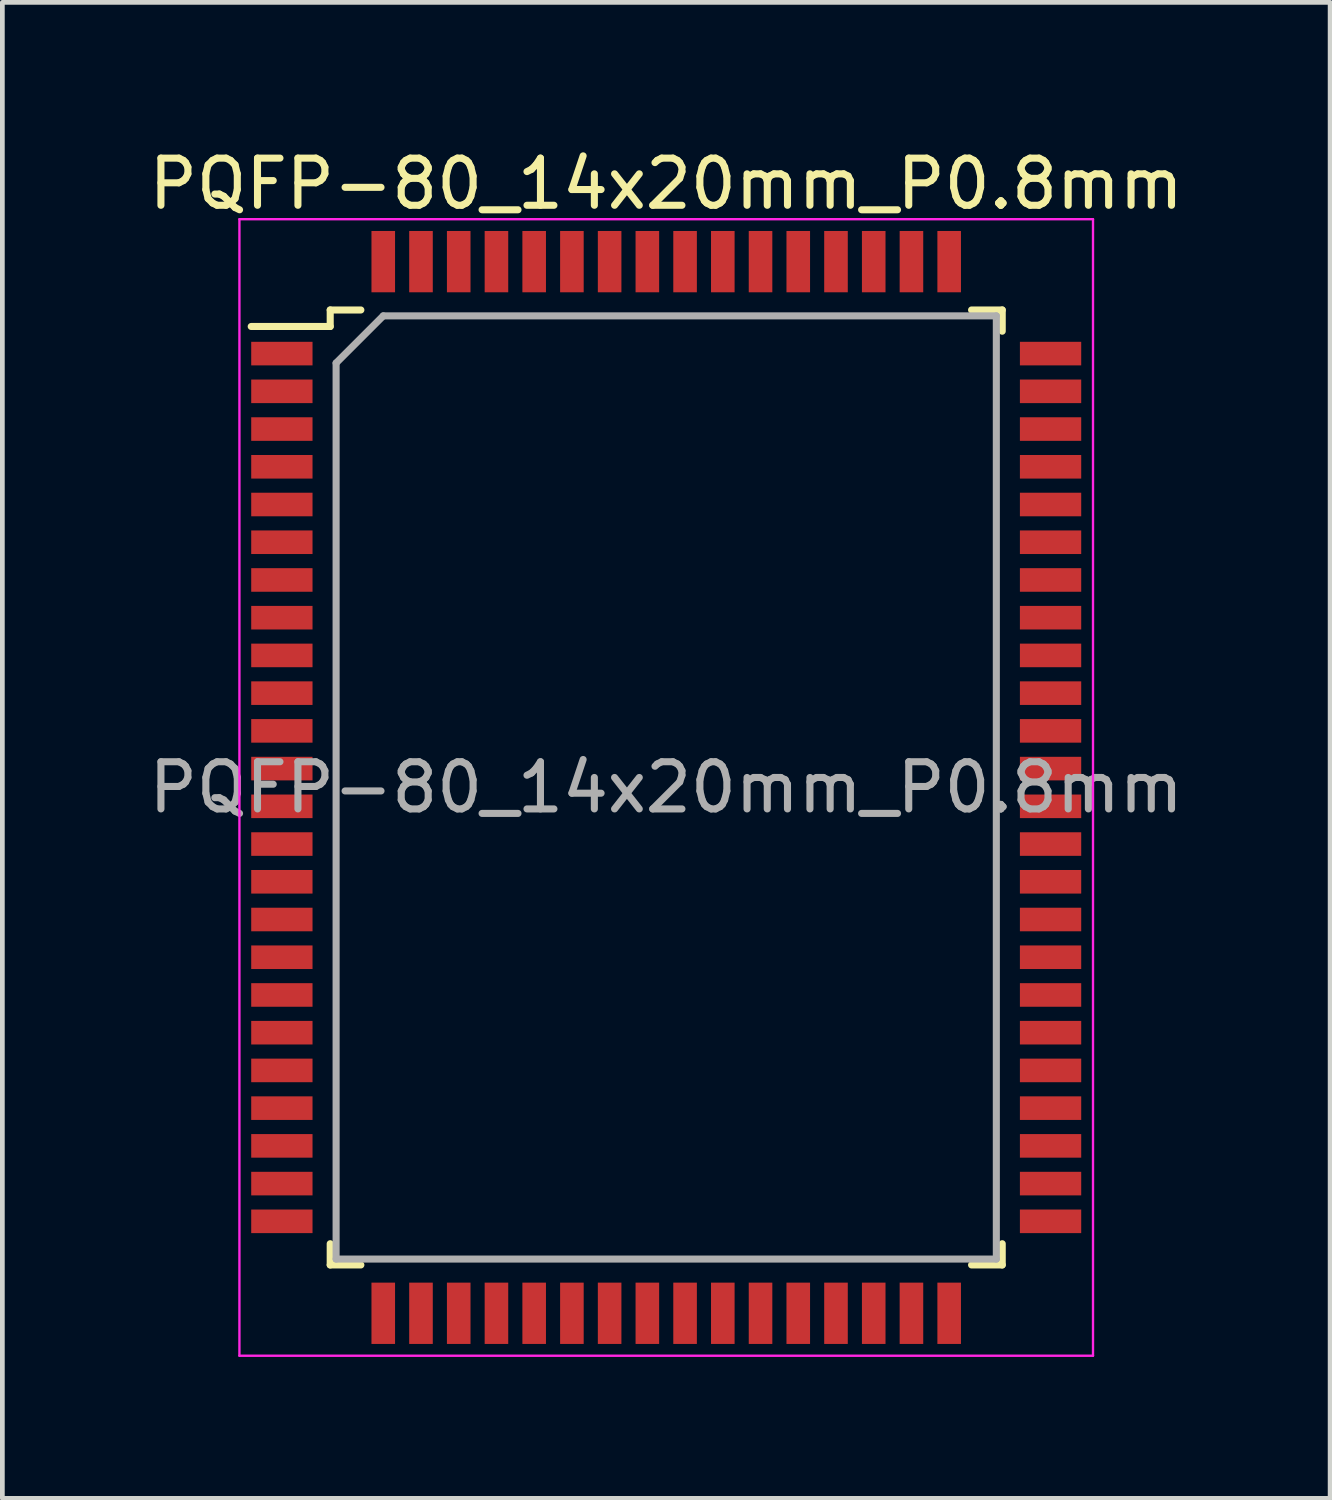
<source format=kicad_pcb>
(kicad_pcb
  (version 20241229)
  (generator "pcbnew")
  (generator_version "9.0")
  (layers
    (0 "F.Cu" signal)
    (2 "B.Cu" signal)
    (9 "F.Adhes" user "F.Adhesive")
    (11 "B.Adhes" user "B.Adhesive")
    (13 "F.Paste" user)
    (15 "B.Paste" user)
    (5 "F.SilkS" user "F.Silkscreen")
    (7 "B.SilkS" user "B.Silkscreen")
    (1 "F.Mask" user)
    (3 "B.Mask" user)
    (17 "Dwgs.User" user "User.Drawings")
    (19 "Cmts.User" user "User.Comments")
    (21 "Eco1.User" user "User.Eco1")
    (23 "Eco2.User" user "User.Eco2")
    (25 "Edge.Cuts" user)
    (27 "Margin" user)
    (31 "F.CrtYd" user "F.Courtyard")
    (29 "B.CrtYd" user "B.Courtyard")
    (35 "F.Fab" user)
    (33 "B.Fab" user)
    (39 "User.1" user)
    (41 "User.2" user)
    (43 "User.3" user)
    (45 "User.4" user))
  (footprint "PQFP-80_14x20mm_P0.8mm"
    (layer "F.Cu")
    (at 11.077 13.648)
    (property "Reference" "PQFP-80_14x20mm_P0.8mm" (at 0 -12.8 0) (layer "F.SilkS") (effects (font (size 1 1) (thickness 0.15))))
    (attr smd)
    (fp_line (start -7.125 -10.125) (end -7.125 -9.775) (stroke (width 0.15) (type solid)) (layer "F.SilkS"))
    (fp_line (start -7.125 -10.125) (end -6.475 -10.125) (stroke (width 0.15) (type solid)) (layer "F.SilkS"))
    (fp_line (start -7.125 -9.775) (end -8.8 -9.775) (stroke (width 0.15) (type solid)) (layer "F.SilkS"))
    (fp_line (start -7.125 10.125) (end -7.125 9.675) (stroke (width 0.15) (type solid)) (layer "F.SilkS"))
    (fp_line (start -7.125 10.125) (end -6.475 10.125) (stroke (width 0.15) (type solid)) (layer "F.SilkS"))
    (fp_line (start 7.125 -10.125) (end 6.475 -10.125) (stroke (width 0.15) (type solid)) (layer "F.SilkS"))
    (fp_line (start 7.125 -10.125) (end 7.125 -9.675) (stroke (width 0.15) (type solid)) (layer "F.SilkS"))
    (fp_line (start 7.125 10.125) (end 6.475 10.125) (stroke (width 0.15) (type solid)) (layer "F.SilkS"))
    (fp_line (start 7.125 10.125) (end 7.125 9.675) (stroke (width 0.15) (type solid)) (layer "F.SilkS"))
    (fp_line (start -9.05 -12.05) (end -9.05 12.05) (stroke (width 0.05) (type solid)) (layer "F.CrtYd"))
    (fp_line (start -9.05 -12.05) (end 9.05 -12.05) (stroke (width 0.05) (type solid)) (layer "F.CrtYd"))
    (fp_line (start -9.05 12.05) (end 9.05 12.05) (stroke (width 0.05) (type solid)) (layer "F.CrtYd"))
    (fp_line (start 9.05 -12.05) (end 9.05 12.05) (stroke (width 0.05) (type solid)) (layer "F.CrtYd"))
    (fp_line (start -7 -9) (end -6 -10) (stroke (width 0.15) (type solid)) (layer "F.Fab"))
    (fp_line (start -7 10) (end -7 -9) (stroke (width 0.15) (type solid)) (layer "F.Fab"))
    (fp_line (start -6 -10) (end 7 -10) (stroke (width 0.15) (type solid)) (layer "F.Fab"))
    (fp_line (start 7 -10) (end 7 10) (stroke (width 0.15) (type solid)) (layer "F.Fab"))
    (fp_line (start 7 10) (end -7 10) (stroke (width 0.15) (type solid)) (layer "F.Fab"))
    (fp_text user "${REFERENCE}" (at 0 0 0) (layer "F.Fab") (effects (font (size 1 1) (thickness 0.15))))
    (pad "1" smd rect (at -8.15 -9.2) (size 1.3 0.5) (layers "F.Cu" "F.Mask" "F.Paste"))
    (pad "2" smd rect (at -8.15 -8.4) (size 1.3 0.5) (layers "F.Cu" "F.Mask" "F.Paste"))
    (pad "3" smd rect (at -8.15 -7.6) (size 1.3 0.5) (layers "F.Cu" "F.Mask" "F.Paste"))
    (pad "4" smd rect (at -8.15 -6.8) (size 1.3 0.5) (layers "F.Cu" "F.Mask" "F.Paste"))
    (pad "5" smd rect (at -8.15 -6) (size 1.3 0.5) (layers "F.Cu" "F.Mask" "F.Paste"))
    (pad "6" smd rect (at -8.15 -5.2) (size 1.3 0.5) (layers "F.Cu" "F.Mask" "F.Paste"))
    (pad "7" smd rect (at -8.15 -4.4) (size 1.3 0.5) (layers "F.Cu" "F.Mask" "F.Paste"))
    (pad "8" smd rect (at -8.15 -3.6) (size 1.3 0.5) (layers "F.Cu" "F.Mask" "F.Paste"))
    (pad "9" smd rect (at -8.15 -2.8) (size 1.3 0.5) (layers "F.Cu" "F.Mask" "F.Paste"))
    (pad "10" smd rect (at -8.15 -2) (size 1.3 0.5) (layers "F.Cu" "F.Mask" "F.Paste"))
    (pad "11" smd rect (at -8.15 -1.2) (size 1.3 0.5) (layers "F.Cu" "F.Mask" "F.Paste"))
    (pad "12" smd rect (at -8.15 -0.4) (size 1.3 0.5) (layers "F.Cu" "F.Mask" "F.Paste"))
    (pad "13" smd rect (at -8.15 0.4) (size 1.3 0.5) (layers "F.Cu" "F.Mask" "F.Paste"))
    (pad "14" smd rect (at -8.15 1.2) (size 1.3 0.5) (layers "F.Cu" "F.Mask" "F.Paste"))
    (pad "15" smd rect (at -8.15 2) (size 1.3 0.5) (layers "F.Cu" "F.Mask" "F.Paste"))
    (pad "16" smd rect (at -8.15 2.8) (size 1.3 0.5) (layers "F.Cu" "F.Mask" "F.Paste"))
    (pad "17" smd rect (at -8.15 3.6) (size 1.3 0.5) (layers "F.Cu" "F.Mask" "F.Paste"))
    (pad "18" smd rect (at -8.15 4.4) (size 1.3 0.5) (layers "F.Cu" "F.Mask" "F.Paste"))
    (pad "19" smd rect (at -8.15 5.2) (size 1.3 0.5) (layers "F.Cu" "F.Mask" "F.Paste"))
    (pad "20" smd rect (at -8.15 6) (size 1.3 0.5) (layers "F.Cu" "F.Mask" "F.Paste"))
    (pad "21" smd rect (at -8.15 6.8) (size 1.3 0.5) (layers "F.Cu" "F.Mask" "F.Paste"))
    (pad "22" smd rect (at -8.15 7.6) (size 1.3 0.5) (layers "F.Cu" "F.Mask" "F.Paste"))
    (pad "23" smd rect (at -8.15 8.4) (size 1.3 0.5) (layers "F.Cu" "F.Mask" "F.Paste"))
    (pad "24" smd rect (at -8.15 9.2) (size 1.3 0.5) (layers "F.Cu" "F.Mask" "F.Paste"))
    (pad "25" smd rect (at -6 11.15 90) (size 1.3 0.5) (layers "F.Cu" "F.Mask" "F.Paste"))
    (pad "26" smd rect (at -5.2 11.15 90) (size 1.3 0.5) (layers "F.Cu" "F.Mask" "F.Paste"))
    (pad "27" smd rect (at -4.4 11.15 90) (size 1.3 0.5) (layers "F.Cu" "F.Mask" "F.Paste"))
    (pad "28" smd rect (at -3.6 11.15 90) (size 1.3 0.5) (layers "F.Cu" "F.Mask" "F.Paste"))
    (pad "29" smd rect (at -2.8 11.15 90) (size 1.3 0.5) (layers "F.Cu" "F.Mask" "F.Paste"))
    (pad "30" smd rect (at -2 11.15 90) (size 1.3 0.5) (layers "F.Cu" "F.Mask" "F.Paste"))
    (pad "31" smd rect (at -1.2 11.15 90) (size 1.3 0.5) (layers "F.Cu" "F.Mask" "F.Paste"))
    (pad "32" smd rect (at -0.4 11.15 90) (size 1.3 0.5) (layers "F.Cu" "F.Mask" "F.Paste"))
    (pad "33" smd rect (at 0.4 11.15 90) (size 1.3 0.5) (layers "F.Cu" "F.Mask" "F.Paste"))
    (pad "34" smd rect (at 1.2 11.15 90) (size 1.3 0.5) (layers "F.Cu" "F.Mask" "F.Paste"))
    (pad "35" smd rect (at 2 11.15 90) (size 1.3 0.5) (layers "F.Cu" "F.Mask" "F.Paste"))
    (pad "36" smd rect (at 2.8 11.15 90) (size 1.3 0.5) (layers "F.Cu" "F.Mask" "F.Paste"))
    (pad "37" smd rect (at 3.6 11.15 90) (size 1.3 0.5) (layers "F.Cu" "F.Mask" "F.Paste"))
    (pad "38" smd rect (at 4.4 11.15 90) (size 1.3 0.5) (layers "F.Cu" "F.Mask" "F.Paste"))
    (pad "39" smd rect (at 5.2 11.15 90) (size 1.3 0.5) (layers "F.Cu" "F.Mask" "F.Paste"))
    (pad "40" smd rect (at 6 11.15 90) (size 1.3 0.5) (layers "F.Cu" "F.Mask" "F.Paste"))
    (pad "41" smd rect (at 8.15 9.2) (size 1.3 0.5) (layers "F.Cu" "F.Mask" "F.Paste"))
    (pad "42" smd rect (at 8.15 8.4) (size 1.3 0.5) (layers "F.Cu" "F.Mask" "F.Paste"))
    (pad "43" smd rect (at 8.15 7.6) (size 1.3 0.5) (layers "F.Cu" "F.Mask" "F.Paste"))
    (pad "44" smd rect (at 8.15 6.8) (size 1.3 0.5) (layers "F.Cu" "F.Mask" "F.Paste"))
    (pad "45" smd rect (at 8.15 6) (size 1.3 0.5) (layers "F.Cu" "F.Mask" "F.Paste"))
    (pad "46" smd rect (at 8.15 5.2) (size 1.3 0.5) (layers "F.Cu" "F.Mask" "F.Paste"))
    (pad "47" smd rect (at 8.15 4.4) (size 1.3 0.5) (layers "F.Cu" "F.Mask" "F.Paste"))
    (pad "48" smd rect (at 8.15 3.6) (size 1.3 0.5) (layers "F.Cu" "F.Mask" "F.Paste"))
    (pad "49" smd rect (at 8.15 2.8) (size 1.3 0.5) (layers "F.Cu" "F.Mask" "F.Paste"))
    (pad "50" smd rect (at 8.15 2) (size 1.3 0.5) (layers "F.Cu" "F.Mask" "F.Paste"))
    (pad "51" smd rect (at 8.15 1.2) (size 1.3 0.5) (layers "F.Cu" "F.Mask" "F.Paste"))
    (pad "52" smd rect (at 8.15 0.4) (size 1.3 0.5) (layers "F.Cu" "F.Mask" "F.Paste"))
    (pad "53" smd rect (at 8.15 -0.4) (size 1.3 0.5) (layers "F.Cu" "F.Mask" "F.Paste"))
    (pad "54" smd rect (at 8.15 -1.2) (size 1.3 0.5) (layers "F.Cu" "F.Mask" "F.Paste"))
    (pad "55" smd rect (at 8.15 -2) (size 1.3 0.5) (layers "F.Cu" "F.Mask" "F.Paste"))
    (pad "56" smd rect (at 8.15 -2.8) (size 1.3 0.5) (layers "F.Cu" "F.Mask" "F.Paste"))
    (pad "57" smd rect (at 8.15 -3.6) (size 1.3 0.5) (layers "F.Cu" "F.Mask" "F.Paste"))
    (pad "58" smd rect (at 8.15 -4.4) (size 1.3 0.5) (layers "F.Cu" "F.Mask" "F.Paste"))
    (pad "59" smd rect (at 8.15 -5.2) (size 1.3 0.5) (layers "F.Cu" "F.Mask" "F.Paste"))
    (pad "60" smd rect (at 8.15 -6) (size 1.3 0.5) (layers "F.Cu" "F.Mask" "F.Paste"))
    (pad "61" smd rect (at 8.15 -6.8) (size 1.3 0.5) (layers "F.Cu" "F.Mask" "F.Paste"))
    (pad "62" smd rect (at 8.15 -7.6) (size 1.3 0.5) (layers "F.Cu" "F.Mask" "F.Paste"))
    (pad "63" smd rect (at 8.15 -8.4) (size 1.3 0.5) (layers "F.Cu" "F.Mask" "F.Paste"))
    (pad "64" smd rect (at 8.15 -9.2) (size 1.3 0.5) (layers "F.Cu" "F.Mask" "F.Paste"))
    (pad "65" smd rect (at 6 -11.15 90) (size 1.3 0.5) (layers "F.Cu" "F.Mask" "F.Paste"))
    (pad "66" smd rect (at 5.2 -11.15 90) (size 1.3 0.5) (layers "F.Cu" "F.Mask" "F.Paste"))
    (pad "67" smd rect (at 4.4 -11.15 90) (size 1.3 0.5) (layers "F.Cu" "F.Mask" "F.Paste"))
    (pad "68" smd rect (at 3.6 -11.15 90) (size 1.3 0.5) (layers "F.Cu" "F.Mask" "F.Paste"))
    (pad "69" smd rect (at 2.8 -11.15 90) (size 1.3 0.5) (layers "F.Cu" "F.Mask" "F.Paste"))
    (pad "70" smd rect (at 2 -11.15 90) (size 1.3 0.5) (layers "F.Cu" "F.Mask" "F.Paste"))
    (pad "71" smd rect (at 1.2 -11.15 90) (size 1.3 0.5) (layers "F.Cu" "F.Mask" "F.Paste"))
    (pad "72" smd rect (at 0.4 -11.15 90) (size 1.3 0.5) (layers "F.Cu" "F.Mask" "F.Paste"))
    (pad "73" smd rect (at -0.4 -11.15 90) (size 1.3 0.5) (layers "F.Cu" "F.Mask" "F.Paste"))
    (pad "74" smd rect (at -1.2 -11.15 90) (size 1.3 0.5) (layers "F.Cu" "F.Mask" "F.Paste"))
    (pad "75" smd rect (at -2 -11.15 90) (size 1.3 0.5) (layers "F.Cu" "F.Mask" "F.Paste"))
    (pad "76" smd rect (at -2.8 -11.15 90) (size 1.3 0.5) (layers "F.Cu" "F.Mask" "F.Paste"))
    (pad "77" smd rect (at -3.6 -11.15 90) (size 1.3 0.5) (layers "F.Cu" "F.Mask" "F.Paste"))
    (pad "78" smd rect (at -4.4 -11.15 90) (size 1.3 0.5) (layers "F.Cu" "F.Mask" "F.Paste"))
    (pad "79" smd rect (at -5.2 -11.15 90) (size 1.3 0.5) (layers "F.Cu" "F.Mask" "F.Paste"))
    (pad "80" smd rect (at -6 -11.15 90) (size 1.3 0.5) (layers "F.Cu" "F.Mask" "F.Paste")))
  (gr_rect
    (start -3 -3)
    (end 25.155 28.723)
    (stroke (width 0.1) (type default))
    (fill no)
    (layer "Edge.Cuts")))
</source>
